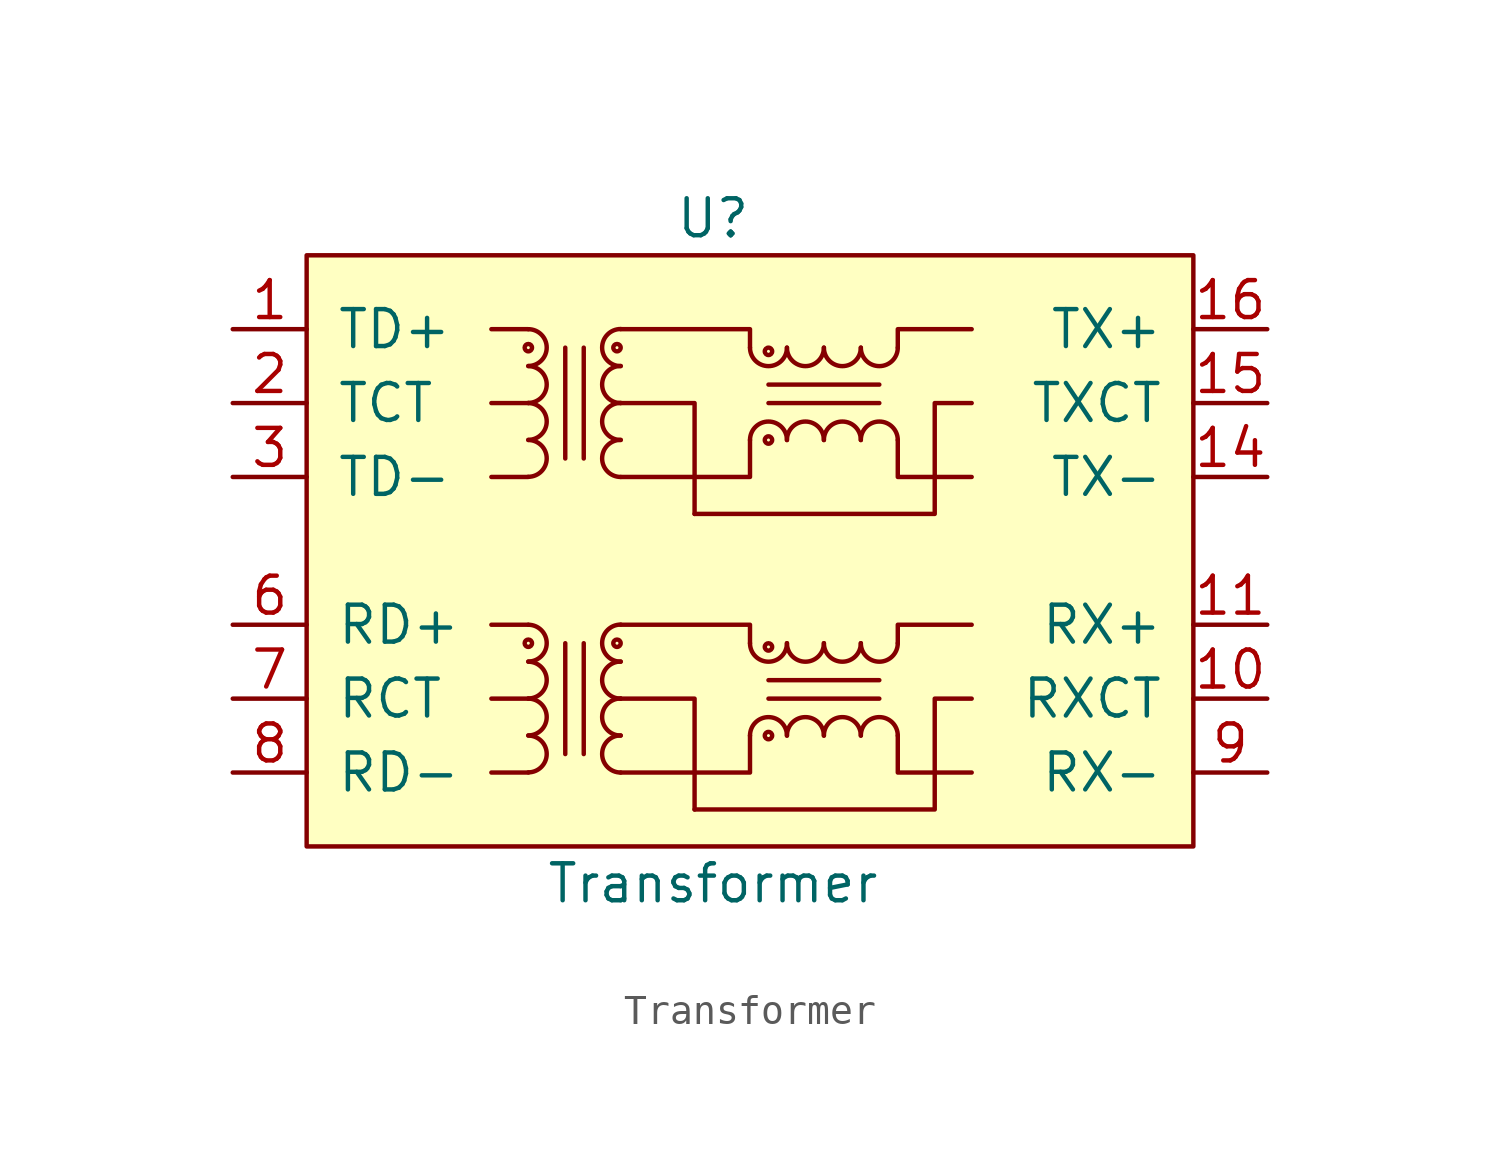
<source format=kicad_sym>
(kicad_symbol_lib
  (version 20220914)
  (generator kicad_symbol_editor)
  (symbol "Transformer"
    (pin_names
      (offset 1.016))
    (property "Reference" "U"
      (at 13.97 1.27 0)
      (effects (font (size 1.27 1.27))))
    (property "Value" "Transformer"
      (at 13.97 -21.59 0)
      (effects (font (size 1.27 1.27))))
    (symbol "Transformer_0_1"
      (polyline (pts (xy 10.795 -7.62) (xy 15.24 -7.62) (xy 15.24 -6.35)) (stroke (width 0) (type default)) (fill (type none)))
      (polyline (pts (xy 10.795 -5.08) (xy 13.335 -5.08) (xy 13.335 -8.89)) (stroke (width 0) (type default)) (fill (type none)))
      (polyline (pts (xy 10.795 -2.54) (xy 15.24 -2.54) (xy 15.24 -3.175)) (stroke (width 0) (type default)) (fill (type none)))
      (polyline (pts (xy 20.32 -6.35) (xy 20.32 -7.62) (xy 22.86 -7.62)) (stroke (width 0) (type default)) (fill (type none)))
      (polyline (pts (xy 20.32 -3.175) (xy 20.32 -2.54) (xy 22.86 -2.54)) (stroke (width 0) (type default)) (fill (type none)))
      (polyline (pts (xy 13.335 -8.89) (xy 21.59 -8.89) (xy 21.59 -5.08) (xy 22.86 -5.08)) (stroke (width 0) (type default)) (fill (type none)))
      (rectangle (start 0 0) (end 30.48 -20.32) (stroke (width 0) (type default)) (fill (type background))))
    (symbol "Transformer_1_1"
      (polyline (pts (xy 6.35 -17.78) (xy 7.62 -17.78)) (stroke (width 0) (type default)) (fill (type none)))
      (polyline (pts (xy 6.35 -15.24) (xy 7.62 -15.24)) (stroke (width 0) (type default)) (fill (type none)))
      (polyline (pts (xy 6.35 -12.7) (xy 7.62 -12.7)) (stroke (width 0) (type default)) (fill (type none)))
      (polyline (pts (xy 6.35 -7.62) (xy 7.62 -7.62)) (stroke (width 0) (type default)) (fill (type none)))
      (polyline (pts (xy 6.35 -5.08) (xy 7.62 -5.08)) (stroke (width 0) (type default)) (fill (type none)))
      (polyline (pts (xy 6.35 -2.54) (xy 7.62 -2.54)) (stroke (width 0) (type default)) (fill (type none)))
      (polyline (pts (xy 8.89 -17.145) (xy 8.89 -13.335)) (stroke (width 0) (type default)) (fill (type none)))
      (polyline (pts (xy 8.89 -6.985) (xy 8.89 -3.175)) (stroke (width 0) (type default)) (fill (type none)))
      (polyline (pts (xy 9.525 -17.145) (xy 9.525 -13.335)) (stroke (width 0) (type default)) (fill (type none)))
      (polyline (pts (xy 9.525 -6.985) (xy 9.525 -3.175)) (stroke (width 0) (type default)) (fill (type none)))
      (polyline (pts (xy 19.685 -15.24) (xy 15.875 -15.24)) (stroke (width 0) (type default)) (fill (type none)))
      (polyline (pts (xy 19.685 -14.605) (xy 15.875 -14.605)) (stroke (width 0) (type default)) (fill (type none)))
      (polyline (pts (xy 19.685 -5.08) (xy 15.875 -5.08)) (stroke (width 0) (type default)) (fill (type none)))
      (polyline (pts (xy 19.685 -4.445) (xy 15.875 -4.445)) (stroke (width 0) (type default)) (fill (type none)))
      (polyline (pts (xy 10.795 -17.78) (xy 15.24 -17.78) (xy 15.24 -16.51)) (stroke (width 0) (type default)) (fill (type none)))
      (polyline (pts (xy 10.795 -15.24) (xy 13.335 -15.24) (xy 13.335 -19.05)) (stroke (width 0) (type default)) (fill (type none)))
      (polyline (pts (xy 10.795 -12.7) (xy 15.24 -12.7) (xy 15.24 -13.335)) (stroke (width 0) (type default)) (fill (type none)))
      (polyline (pts (xy 20.32 -16.51) (xy 20.32 -17.78) (xy 22.86 -17.78)) (stroke (width 0) (type default)) (fill (type none)))
      (polyline (pts (xy 20.32 -13.335) (xy 20.32 -12.7) (xy 22.86 -12.7)) (stroke (width 0) (type default)) (fill (type none)))
      (polyline (pts (xy 13.335 -19.05) (xy 21.59 -19.05) (xy 21.59 -15.24) (xy 22.86 -15.24)) (stroke (width 0) (type default)) (fill (type none)))
      (arc (start 7.62 -17.78) (mid 8.2523 -17.145) (end 7.62 -16.51) (stroke (width 0) (type default)) (fill (type none)))
      (arc (start 7.62 -16.51) (mid 8.2523 -15.875) (end 7.62 -15.24) (stroke (width 0) (type default)) (fill (type none)))
      (arc (start 7.62 -15.24) (mid 8.2523 -14.605) (end 7.62 -13.97) (stroke (width 0) (type default)) (fill (type none)))
      (arc (start 7.62 -13.97) (mid 8.2523 -13.335) (end 7.62 -12.7) (stroke (width 0) (type default)) (fill (type none)))
      (circle (center 7.62 -13.335) (radius 0.127) (stroke (width 0) (type default)) (fill (type none)))
      (arc (start 7.62 -7.62) (mid 8.2523 -6.985) (end 7.62 -6.35) (stroke (width 0) (type default)) (fill (type none)))
      (arc (start 7.62 -6.35) (mid 8.2523 -5.715) (end 7.62 -5.08) (stroke (width 0) (type default)) (fill (type none)))
      (arc (start 7.62 -5.08) (mid 8.2523 -4.445) (end 7.62 -3.81) (stroke (width 0) (type default)) (fill (type none)))
      (arc (start 7.62 -3.81) (mid 8.2523 -3.175) (end 7.62 -2.54) (stroke (width 0) (type default)) (fill (type none)))
      (circle (center 7.62 -3.175) (radius 0.127) (stroke (width 0) (type default)) (fill (type none)))
      (circle (center 10.668 -13.335) (radius 0.127) (stroke (width 0) (type default)) (fill (type none)))
      (circle (center 10.668 -3.175) (radius 0.127) (stroke (width 0) (type default)) (fill (type none)))
      (arc (start 10.795 -16.51) (mid 10.1627 -17.145) (end 10.795 -17.78) (stroke (width 0) (type default)) (fill (type none)))
      (arc (start 10.795 -15.24) (mid 10.1627 -15.875) (end 10.795 -16.51) (stroke (width 0) (type default)) (fill (type none)))
      (arc (start 10.795 -13.97) (mid 10.1627 -14.605) (end 10.795 -15.24) (stroke (width 0) (type default)) (fill (type none)))
      (arc (start 10.795 -12.7) (mid 10.1627 -13.335) (end 10.795 -13.97) (stroke (width 0) (type default)) (fill (type none)))
      (arc (start 10.795 -6.35) (mid 10.1627 -6.985) (end 10.795 -7.62) (stroke (width 0) (type default)) (fill (type none)))
      (arc (start 10.795 -5.08) (mid 10.1627 -5.715) (end 10.795 -6.35) (stroke (width 0) (type default)) (fill (type none)))
      (arc (start 10.795 -3.81) (mid 10.1627 -4.445) (end 10.795 -5.08) (stroke (width 0) (type default)) (fill (type none)))
      (arc (start 10.795 -2.54) (mid 10.1627 -3.175) (end 10.795 -3.81) (stroke (width 0) (type default)) (fill (type none)))
      (arc (start 15.24 -13.335) (mid 15.875 -13.9673) (end 16.51 -13.335) (stroke (width 0) (type default)) (fill (type none)))
      (arc (start 15.24 -3.175) (mid 15.875 -3.8073) (end 16.51 -3.175) (stroke (width 0) (type default)) (fill (type none)))
      (circle (center 15.875 -16.51) (radius 0.127) (stroke (width 0) (type default)) (fill (type none)))
      (circle (center 15.875 -13.462) (radius 0.127) (stroke (width 0) (type default)) (fill (type none)))
      (circle (center 15.875 -6.35) (radius 0.127) (stroke (width 0) (type default)) (fill (type none)))
      (circle (center 15.875 -3.302) (radius 0.127) (stroke (width 0) (type default)) (fill (type none)))
      (arc (start 16.51 -16.51) (mid 15.875 -15.8777) (end 15.24 -16.51) (stroke (width 0) (type default)) (fill (type none)))
      (arc (start 16.51 -13.335) (mid 17.145 -13.9673) (end 17.78 -13.335) (stroke (width 0) (type default)) (fill (type none)))
      (arc (start 16.51 -6.35) (mid 15.875 -5.7177) (end 15.24 -6.35) (stroke (width 0) (type default)) (fill (type none)))
      (arc (start 16.51 -3.175) (mid 17.145 -3.8073) (end 17.78 -3.175) (stroke (width 0) (type default)) (fill (type none)))
      (arc (start 17.78 -16.51) (mid 17.145 -15.8777) (end 16.51 -16.51) (stroke (width 0) (type default)) (fill (type none)))
      (arc (start 17.78 -13.335) (mid 18.415 -13.9673) (end 19.05 -13.335) (stroke (width 0) (type default)) (fill (type none)))
      (arc (start 17.78 -6.35) (mid 17.145 -5.7177) (end 16.51 -6.35) (stroke (width 0) (type default)) (fill (type none)))
      (arc (start 17.78 -3.175) (mid 18.415 -3.8073) (end 19.05 -3.175) (stroke (width 0) (type default)) (fill (type none)))
      (arc (start 19.05 -16.51) (mid 18.415 -15.8777) (end 17.78 -16.51) (stroke (width 0) (type default)) (fill (type none)))
      (arc (start 19.05 -13.335) (mid 19.685 -13.9673) (end 20.32 -13.335) (stroke (width 0) (type default)) (fill (type none)))
      (arc (start 19.05 -6.35) (mid 18.415 -5.7177) (end 17.78 -6.35) (stroke (width 0) (type default)) (fill (type none)))
      (arc (start 19.05 -3.175) (mid 19.685 -3.8073) (end 20.32 -3.175) (stroke (width 0) (type default)) (fill (type none)))
      (arc (start 20.32 -16.51) (mid 19.685 -15.8777) (end 19.05 -16.51) (stroke (width 0) (type default)) (fill (type none)))
      (arc (start 20.32 -6.35) (mid 19.685 -5.7177) (end 19.05 -6.35) (stroke (width 0) (type default)) (fill (type none)))
      (pin passive line (at -2.54 -2.54 0) (length 2.54) (name "TD+" (effects (font (size 1.27 1.27)))) (number "1" (effects (font (size 1.27 1.27)))))
      (pin passive line (at 33.02 -15.24 180) (length 2.54) (name "RXCT" (effects (font (size 1.27 1.27)))) (number "10" (effects (font (size 1.27 1.27)))))
      (pin passive line (at 33.02 -12.7 180) (length 2.54) (name "RX+" (effects (font (size 1.27 1.27)))) (number "11" (effects (font (size 1.27 1.27)))))
      (pin passive line (at 33.02 -7.62 180) (length 2.54) (name "TX-" (effects (font (size 1.27 1.27)))) (number "14" (effects (font (size 1.27 1.27)))))
      (pin passive line (at 33.02 -5.08 180) (length 2.54) (name "TXCT" (effects (font (size 1.27 1.27)))) (number "15" (effects (font (size 1.27 1.27)))))
      (pin passive line (at 33.02 -2.54 180) (length 2.54) (name "TX+" (effects (font (size 1.27 1.27)))) (number "16" (effects (font (size 1.27 1.27)))))
      (pin passive line (at -2.54 -5.08 0) (length 2.54) (name "TCT" (effects (font (size 1.27 1.27)))) (number "2" (effects (font (size 1.27 1.27)))))
      (pin passive line (at -2.54 -7.62 0) (length 2.54) (name "TD-" (effects (font (size 1.27 1.27)))) (number "3" (effects (font (size 1.27 1.27)))))
      (pin passive line (at -2.54 -12.7 0) (length 2.54) (name "RD+" (effects (font (size 1.27 1.27)))) (number "6" (effects (font (size 1.27 1.27)))))
      (pin passive line (at -2.54 -15.24 0) (length 2.54) (name "RCT" (effects (font (size 1.27 1.27)))) (number "7" (effects (font (size 1.27 1.27)))))
      (pin passive line (at -2.54 -17.78 0) (length 2.54) (name "RD-" (effects (font (size 1.27 1.27)))) (number "8" (effects (font (size 1.27 1.27)))))
      (pin passive line (at 33.02 -17.78 180) (length 2.54) (name "RX-" (effects (font (size 1.27 1.27)))) (number "9" (effects (font (size 1.27 1.27))))))))
</source>
